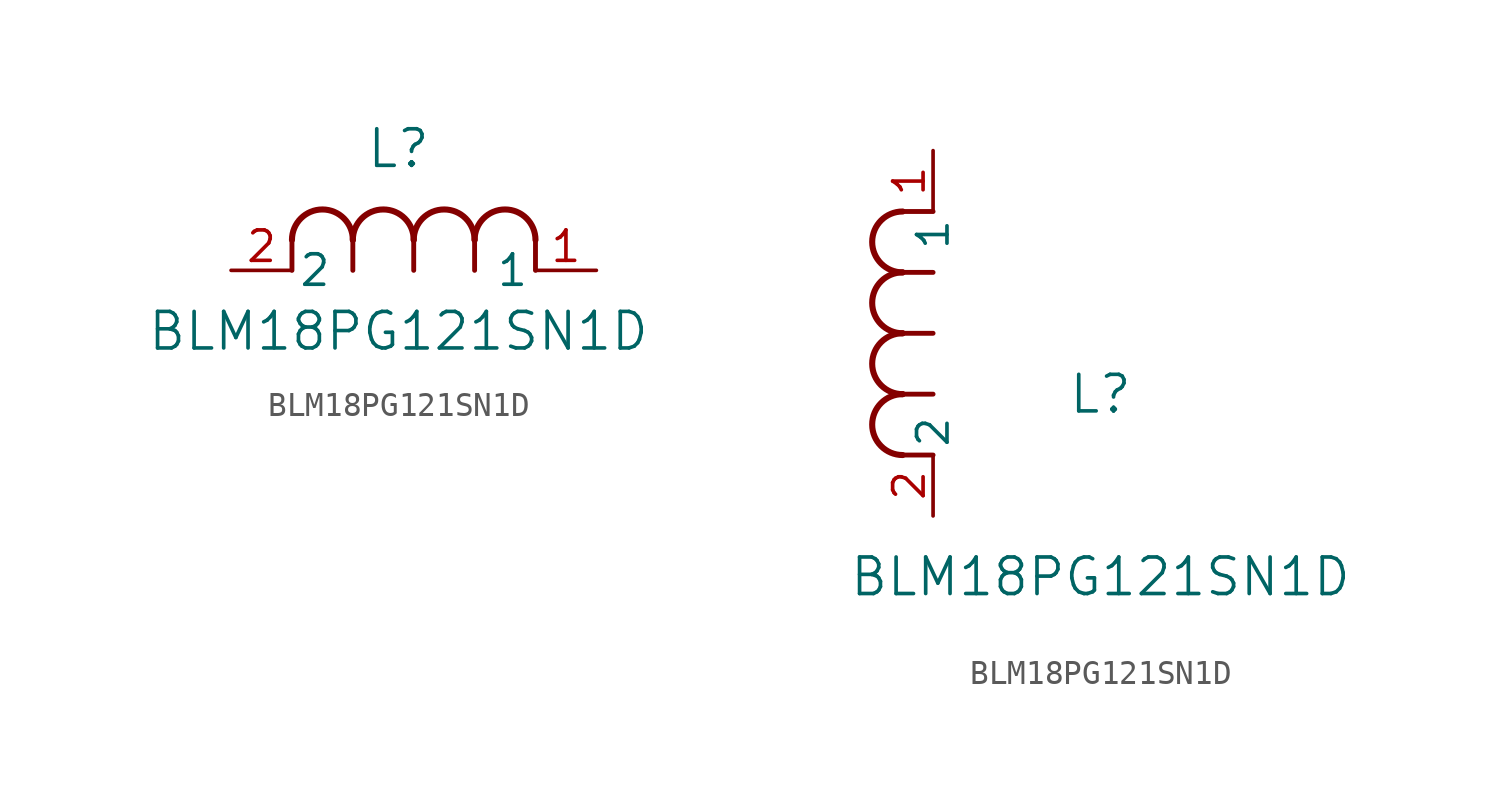
<source format=kicad_sym>
(kicad_symbol_lib
  (version 20211014)
  (generator kicad_symbol_editor)
  (symbol "BLM18PG121SN1D"
    (pin_names
      (offset 0.254))
    (property "Reference" "L"
      (at 6.985 5.08 0)
      (effects (font (size 1.524 1.524))))
    (property "Value" "BLM18PG121SN1D"
      (at 6.985 -2.54 0)
      (effects (font (size 1.524 1.524))))
    (symbol "BLM18PG121SN1D_1_1"
      (arc (start 7.62 1.27) (mid 6.35 2.54) (end 5.08 1.27) (stroke (width 0.254) (type default) (color 0 0 0 0)) (fill (type none)))
      (polyline (pts (xy 5.08 0) (xy 5.08 1.27)) (stroke (width 0.203) (type default) (color 0 0 0 0)) (fill (type none)))
      (polyline (pts (xy 7.62 0) (xy 7.62 1.27)) (stroke (width 0.203) (type default) (color 0 0 0 0)) (fill (type none)))
      (polyline (pts (xy 12.7 0) (xy 12.7 1.27)) (stroke (width 0.203) (type default) (color 0 0 0 0)) (fill (type none)))
      (arc (start 5.08 1.27) (mid 3.81 2.54) (end 2.54 1.27) (stroke (width 0.254) (type default) (color 0 0 0 0)) (fill (type none)))
      (arc (start 10.16 1.27) (mid 8.89 2.54) (end 7.62 1.27) (stroke (width 0.254) (type default) (color 0 0 0 0)) (fill (type none)))
      (arc (start 12.7 1.27) (mid 11.43 2.54) (end 10.16 1.27) (stroke (width 0.254) (type default) (color 0 0 0 0)) (fill (type none)))
      (polyline (pts (xy 2.54 0) (xy 2.54 1.27)) (stroke (width 0.203) (type default) (color 0 0 0 0)) (fill (type none)))
      (polyline (pts (xy 10.16 0) (xy 10.16 1.27)) (stroke (width 0.203) (type default) (color 0 0 0 0)) (fill (type none)))
      (pin unspecified line (at 0 0 0) (length 2.54) (name "2" (effects (font (size 1.27 1.27)))) (number "2" (effects (font (size 1.27 1.27)))))
      (pin unspecified line (at 15.24 0 180) (length 2.54) (name "1" (effects (font (size 1.27 1.27)))) (number "1" (effects (font (size 1.27 1.27))))))
    (symbol "BLM18PG121SN1D_1_2"
      (arc (start -1.27 7.62) (mid -2.54 6.35) (end -1.27 5.08) (stroke (width 0.254) (type default) (color 0 0 0 0)) (fill (type none)))
      (arc (start -1.27 5.08) (mid -2.54 3.81) (end -1.27 2.54) (stroke (width 0.254) (type default) (color 0 0 0 0)) (fill (type none)))
      (arc (start -1.27 12.7) (mid -2.54 11.43) (end -1.27 10.16) (stroke (width 0.254) (type default) (color 0 0 0 0)) (fill (type none)))
      (arc (start -1.27 10.16) (mid -2.54 8.89) (end -1.27 7.62) (stroke (width 0.254) (type default) (color 0 0 0 0)) (fill (type none)))
      (polyline (pts (xy 0 7.62) (xy -1.27 7.62)) (stroke (width 0.203) (type default) (color 0 0 0 0)) (fill (type none)))
      (polyline (pts (xy 0 5.08) (xy -1.27 5.08)) (stroke (width 0.203) (type default) (color 0 0 0 0)) (fill (type none)))
      (polyline (pts (xy 0 12.7) (xy -1.27 12.7)) (stroke (width 0.203) (type default) (color 0 0 0 0)) (fill (type none)))
      (polyline (pts (xy 0 2.54) (xy -1.27 2.54)) (stroke (width 0.203) (type default) (color 0 0 0 0)) (fill (type none)))
      (polyline (pts (xy 0 10.16) (xy -1.27 10.16)) (stroke (width 0.203) (type default) (color 0 0 0 0)) (fill (type none)))
      (pin unspecified line (at 0 0 90) (length 2.54) (name "2" (effects (font (size 1.27 1.27)))) (number "2" (effects (font (size 1.27 1.27)))))
      (pin unspecified line (at 0 15.24 270) (length 2.54) (name "1" (effects (font (size 1.27 1.27)))) (number "1" (effects (font (size 1.27 1.27))))))))
</source>
